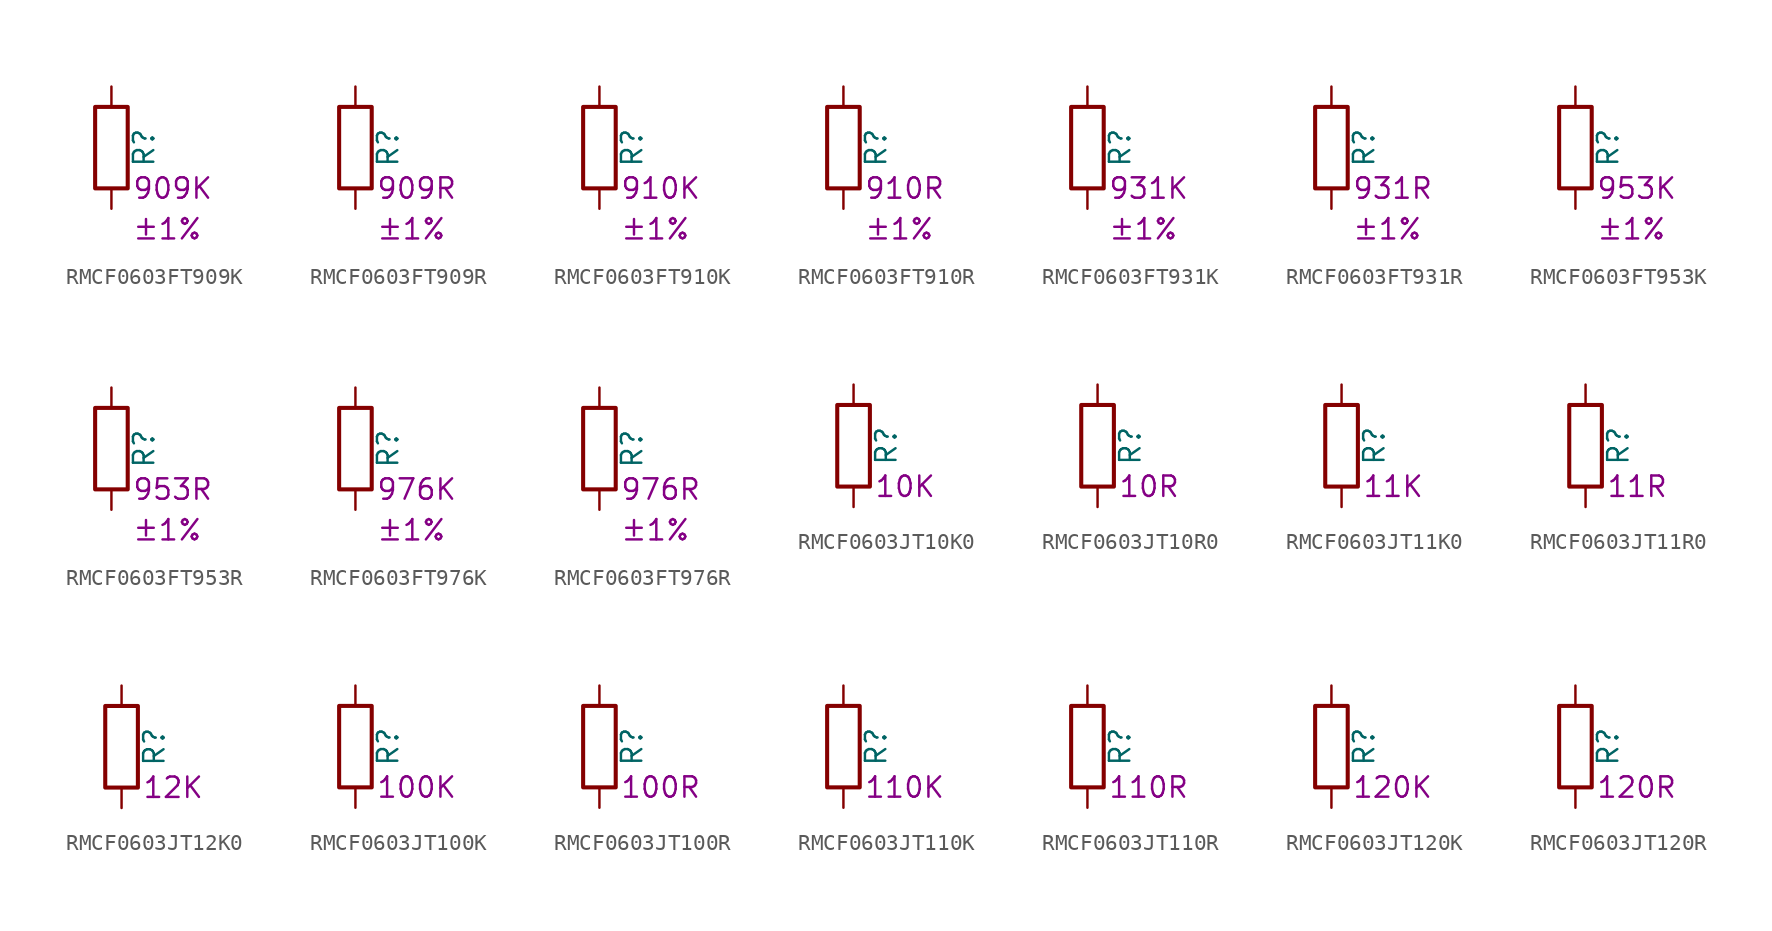
<source format=kicad_sym>
(kicad_symbol_lib
  (version 20220914)
  (generator kicad_symbol_editor)
  (symbol "RMCF0603FT909K"
    (pin_numbers hide)
    (pin_names
      (offset 0))
    (property "Reference" "R"
      (at 2.032 0 90)
      (effects (font (size 1.27 1.27))))
    (property "Resistance" "909K"
      (at 1.27 -2.54 0)
      (effects (font (size 1.27 1.27)) (justify left)))
    (property "Tolerance" "±1%"
      (at 1.27 -5.08 0)
      (effects (font (size 1.27 1.27)) (justify left)))
    (symbol "RMCF0603FT909K_0_1"
      (rectangle (start -1.016 -2.54) (end 1.016 2.54) (stroke (width 0.254) (type default)) (fill (type none))))
    (symbol "RMCF0603FT909K_1_1"
      (pin passive line (at 0 3.81 270) (length 1.27) (name "~" (effects (font (size 1.27 1.27)))) (number "1" (effects (font (size 1.27 1.27)))))
      (pin passive line (at 0 -3.81 90) (length 1.27) (name "~" (effects (font (size 1.27 1.27)))) (number "2" (effects (font (size 1.27 1.27)))))))
  (symbol "RMCF0603FT909R"
    (pin_numbers hide)
    (pin_names
      (offset 0))
    (property "Reference" "R"
      (at 2.032 0 90)
      (effects (font (size 1.27 1.27))))
    (property "Resistance" "909R"
      (at 1.27 -2.54 0)
      (effects (font (size 1.27 1.27)) (justify left)))
    (property "Tolerance" "±1%"
      (at 1.27 -5.08 0)
      (effects (font (size 1.27 1.27)) (justify left)))
    (symbol "RMCF0603FT909R_0_1"
      (rectangle (start -1.016 -2.54) (end 1.016 2.54) (stroke (width 0.254) (type default)) (fill (type none))))
    (symbol "RMCF0603FT909R_1_1"
      (pin passive line (at 0 3.81 270) (length 1.27) (name "~" (effects (font (size 1.27 1.27)))) (number "1" (effects (font (size 1.27 1.27)))))
      (pin passive line (at 0 -3.81 90) (length 1.27) (name "~" (effects (font (size 1.27 1.27)))) (number "2" (effects (font (size 1.27 1.27)))))))
  (symbol "RMCF0603FT910K"
    (pin_numbers hide)
    (pin_names
      (offset 0))
    (property "Reference" "R"
      (at 2.032 0 90)
      (effects (font (size 1.27 1.27))))
    (property "Resistance" "910K"
      (at 1.27 -2.54 0)
      (effects (font (size 1.27 1.27)) (justify left)))
    (property "Tolerance" "±1%"
      (at 1.27 -5.08 0)
      (effects (font (size 1.27 1.27)) (justify left)))
    (symbol "RMCF0603FT910K_0_1"
      (rectangle (start -1.016 -2.54) (end 1.016 2.54) (stroke (width 0.254) (type default)) (fill (type none))))
    (symbol "RMCF0603FT910K_1_1"
      (pin passive line (at 0 3.81 270) (length 1.27) (name "~" (effects (font (size 1.27 1.27)))) (number "1" (effects (font (size 1.27 1.27)))))
      (pin passive line (at 0 -3.81 90) (length 1.27) (name "~" (effects (font (size 1.27 1.27)))) (number "2" (effects (font (size 1.27 1.27)))))))
  (symbol "RMCF0603FT910R"
    (pin_numbers hide)
    (pin_names
      (offset 0))
    (property "Reference" "R"
      (at 2.032 0 90)
      (effects (font (size 1.27 1.27))))
    (property "Resistance" "910R"
      (at 1.27 -2.54 0)
      (effects (font (size 1.27 1.27)) (justify left)))
    (property "Tolerance" "±1%"
      (at 1.27 -5.08 0)
      (effects (font (size 1.27 1.27)) (justify left)))
    (symbol "RMCF0603FT910R_0_1"
      (rectangle (start -1.016 -2.54) (end 1.016 2.54) (stroke (width 0.254) (type default)) (fill (type none))))
    (symbol "RMCF0603FT910R_1_1"
      (pin passive line (at 0 3.81 270) (length 1.27) (name "~" (effects (font (size 1.27 1.27)))) (number "1" (effects (font (size 1.27 1.27)))))
      (pin passive line (at 0 -3.81 90) (length 1.27) (name "~" (effects (font (size 1.27 1.27)))) (number "2" (effects (font (size 1.27 1.27)))))))
  (symbol "RMCF0603FT931K"
    (pin_numbers hide)
    (pin_names
      (offset 0))
    (property "Reference" "R"
      (at 2.032 0 90)
      (effects (font (size 1.27 1.27))))
    (property "Resistance" "931K"
      (at 1.27 -2.54 0)
      (effects (font (size 1.27 1.27)) (justify left)))
    (property "Tolerance" "±1%"
      (at 1.27 -5.08 0)
      (effects (font (size 1.27 1.27)) (justify left)))
    (symbol "RMCF0603FT931K_0_1"
      (rectangle (start -1.016 -2.54) (end 1.016 2.54) (stroke (width 0.254) (type default)) (fill (type none))))
    (symbol "RMCF0603FT931K_1_1"
      (pin passive line (at 0 3.81 270) (length 1.27) (name "~" (effects (font (size 1.27 1.27)))) (number "1" (effects (font (size 1.27 1.27)))))
      (pin passive line (at 0 -3.81 90) (length 1.27) (name "~" (effects (font (size 1.27 1.27)))) (number "2" (effects (font (size 1.27 1.27)))))))
  (symbol "RMCF0603FT931R"
    (pin_numbers hide)
    (pin_names
      (offset 0))
    (property "Reference" "R"
      (at 2.032 0 90)
      (effects (font (size 1.27 1.27))))
    (property "Resistance" "931R"
      (at 1.27 -2.54 0)
      (effects (font (size 1.27 1.27)) (justify left)))
    (property "Tolerance" "±1%"
      (at 1.27 -5.08 0)
      (effects (font (size 1.27 1.27)) (justify left)))
    (symbol "RMCF0603FT931R_0_1"
      (rectangle (start -1.016 -2.54) (end 1.016 2.54) (stroke (width 0.254) (type default)) (fill (type none))))
    (symbol "RMCF0603FT931R_1_1"
      (pin passive line (at 0 3.81 270) (length 1.27) (name "~" (effects (font (size 1.27 1.27)))) (number "1" (effects (font (size 1.27 1.27)))))
      (pin passive line (at 0 -3.81 90) (length 1.27) (name "~" (effects (font (size 1.27 1.27)))) (number "2" (effects (font (size 1.27 1.27)))))))
  (symbol "RMCF0603FT953K"
    (pin_numbers hide)
    (pin_names
      (offset 0))
    (property "Reference" "R"
      (at 2.032 0 90)
      (effects (font (size 1.27 1.27))))
    (property "Resistance" "953K"
      (at 1.27 -2.54 0)
      (effects (font (size 1.27 1.27)) (justify left)))
    (property "Tolerance" "±1%"
      (at 1.27 -5.08 0)
      (effects (font (size 1.27 1.27)) (justify left)))
    (symbol "RMCF0603FT953K_0_1"
      (rectangle (start -1.016 -2.54) (end 1.016 2.54) (stroke (width 0.254) (type default)) (fill (type none))))
    (symbol "RMCF0603FT953K_1_1"
      (pin passive line (at 0 3.81 270) (length 1.27) (name "~" (effects (font (size 1.27 1.27)))) (number "1" (effects (font (size 1.27 1.27)))))
      (pin passive line (at 0 -3.81 90) (length 1.27) (name "~" (effects (font (size 1.27 1.27)))) (number "2" (effects (font (size 1.27 1.27)))))))
  (symbol "RMCF0603FT953R"
    (pin_numbers hide)
    (pin_names
      (offset 0))
    (property "Reference" "R"
      (at 2.032 0 90)
      (effects (font (size 1.27 1.27))))
    (property "Resistance" "953R"
      (at 1.27 -2.54 0)
      (effects (font (size 1.27 1.27)) (justify left)))
    (property "Tolerance" "±1%"
      (at 1.27 -5.08 0)
      (effects (font (size 1.27 1.27)) (justify left)))
    (symbol "RMCF0603FT953R_0_1"
      (rectangle (start -1.016 -2.54) (end 1.016 2.54) (stroke (width 0.254) (type default)) (fill (type none))))
    (symbol "RMCF0603FT953R_1_1"
      (pin passive line (at 0 3.81 270) (length 1.27) (name "~" (effects (font (size 1.27 1.27)))) (number "1" (effects (font (size 1.27 1.27)))))
      (pin passive line (at 0 -3.81 90) (length 1.27) (name "~" (effects (font (size 1.27 1.27)))) (number "2" (effects (font (size 1.27 1.27)))))))
  (symbol "RMCF0603FT976K"
    (pin_numbers hide)
    (pin_names
      (offset 0))
    (property "Reference" "R"
      (at 2.032 0 90)
      (effects (font (size 1.27 1.27))))
    (property "Resistance" "976K"
      (at 1.27 -2.54 0)
      (effects (font (size 1.27 1.27)) (justify left)))
    (property "Tolerance" "±1%"
      (at 1.27 -5.08 0)
      (effects (font (size 1.27 1.27)) (justify left)))
    (symbol "RMCF0603FT976K_0_1"
      (rectangle (start -1.016 -2.54) (end 1.016 2.54) (stroke (width 0.254) (type default)) (fill (type none))))
    (symbol "RMCF0603FT976K_1_1"
      (pin passive line (at 0 3.81 270) (length 1.27) (name "~" (effects (font (size 1.27 1.27)))) (number "1" (effects (font (size 1.27 1.27)))))
      (pin passive line (at 0 -3.81 90) (length 1.27) (name "~" (effects (font (size 1.27 1.27)))) (number "2" (effects (font (size 1.27 1.27)))))))
  (symbol "RMCF0603FT976R"
    (pin_numbers hide)
    (pin_names
      (offset 0))
    (property "Reference" "R"
      (at 2.032 0 90)
      (effects (font (size 1.27 1.27))))
    (property "Resistance" "976R"
      (at 1.27 -2.54 0)
      (effects (font (size 1.27 1.27)) (justify left)))
    (property "Tolerance" "±1%"
      (at 1.27 -5.08 0)
      (effects (font (size 1.27 1.27)) (justify left)))
    (symbol "RMCF0603FT976R_0_1"
      (rectangle (start -1.016 -2.54) (end 1.016 2.54) (stroke (width 0.254) (type default)) (fill (type none))))
    (symbol "RMCF0603FT976R_1_1"
      (pin passive line (at 0 3.81 270) (length 1.27) (name "~" (effects (font (size 1.27 1.27)))) (number "1" (effects (font (size 1.27 1.27)))))
      (pin passive line (at 0 -3.81 90) (length 1.27) (name "~" (effects (font (size 1.27 1.27)))) (number "2" (effects (font (size 1.27 1.27)))))))
  (symbol "RMCF0603JT10K0"
    (pin_numbers hide)
    (pin_names
      (offset 0))
    (property "Reference" "R"
      (at 2.032 0 90)
      (effects (font (size 1.27 1.27))))
    (property "Resistance" "10K"
      (at 1.27 -2.54 0)
      (effects (font (size 1.27 1.27)) (justify left)))
    (symbol "RMCF0603JT10K0_0_1"
      (rectangle (start -1.016 -2.54) (end 1.016 2.54) (stroke (width 0.254) (type default)) (fill (type none))))
    (symbol "RMCF0603JT10K0_1_1"
      (pin passive line (at 0 3.81 270) (length 1.27) (name "~" (effects (font (size 1.27 1.27)))) (number "1" (effects (font (size 1.27 1.27)))))
      (pin passive line (at 0 -3.81 90) (length 1.27) (name "~" (effects (font (size 1.27 1.27)))) (number "2" (effects (font (size 1.27 1.27)))))))
  (symbol "RMCF0603JT10R0"
    (pin_numbers hide)
    (pin_names
      (offset 0))
    (property "Reference" "R"
      (at 2.032 0 90)
      (effects (font (size 1.27 1.27))))
    (property "Resistance" "10R"
      (at 1.27 -2.54 0)
      (effects (font (size 1.27 1.27)) (justify left)))
    (symbol "RMCF0603JT10R0_0_1"
      (rectangle (start -1.016 -2.54) (end 1.016 2.54) (stroke (width 0.254) (type default)) (fill (type none))))
    (symbol "RMCF0603JT10R0_1_1"
      (pin passive line (at 0 3.81 270) (length 1.27) (name "~" (effects (font (size 1.27 1.27)))) (number "1" (effects (font (size 1.27 1.27)))))
      (pin passive line (at 0 -3.81 90) (length 1.27) (name "~" (effects (font (size 1.27 1.27)))) (number "2" (effects (font (size 1.27 1.27)))))))
  (symbol "RMCF0603JT11K0"
    (pin_numbers hide)
    (pin_names
      (offset 0))
    (property "Reference" "R"
      (at 2.032 0 90)
      (effects (font (size 1.27 1.27))))
    (property "Resistance" "11K"
      (at 1.27 -2.54 0)
      (effects (font (size 1.27 1.27)) (justify left)))
    (symbol "RMCF0603JT11K0_0_1"
      (rectangle (start -1.016 -2.54) (end 1.016 2.54) (stroke (width 0.254) (type default)) (fill (type none))))
    (symbol "RMCF0603JT11K0_1_1"
      (pin passive line (at 0 3.81 270) (length 1.27) (name "~" (effects (font (size 1.27 1.27)))) (number "1" (effects (font (size 1.27 1.27)))))
      (pin passive line (at 0 -3.81 90) (length 1.27) (name "~" (effects (font (size 1.27 1.27)))) (number "2" (effects (font (size 1.27 1.27)))))))
  (symbol "RMCF0603JT11R0"
    (pin_numbers hide)
    (pin_names
      (offset 0))
    (property "Reference" "R"
      (at 2.032 0 90)
      (effects (font (size 1.27 1.27))))
    (property "Resistance" "11R"
      (at 1.27 -2.54 0)
      (effects (font (size 1.27 1.27)) (justify left)))
    (symbol "RMCF0603JT11R0_0_1"
      (rectangle (start -1.016 -2.54) (end 1.016 2.54) (stroke (width 0.254) (type default)) (fill (type none))))
    (symbol "RMCF0603JT11R0_1_1"
      (pin passive line (at 0 3.81 270) (length 1.27) (name "~" (effects (font (size 1.27 1.27)))) (number "1" (effects (font (size 1.27 1.27)))))
      (pin passive line (at 0 -3.81 90) (length 1.27) (name "~" (effects (font (size 1.27 1.27)))) (number "2" (effects (font (size 1.27 1.27)))))))
  (symbol "RMCF0603JT12K0"
    (pin_numbers hide)
    (pin_names
      (offset 0))
    (property "Reference" "R"
      (at 2.032 0 90)
      (effects (font (size 1.27 1.27))))
    (property "Resistance" "12K"
      (at 1.27 -2.54 0)
      (effects (font (size 1.27 1.27)) (justify left)))
    (symbol "RMCF0603JT12K0_0_1"
      (rectangle (start -1.016 -2.54) (end 1.016 2.54) (stroke (width 0.254) (type default)) (fill (type none))))
    (symbol "RMCF0603JT12K0_1_1"
      (pin passive line (at 0 3.81 270) (length 1.27) (name "~" (effects (font (size 1.27 1.27)))) (number "1" (effects (font (size 1.27 1.27)))))
      (pin passive line (at 0 -3.81 90) (length 1.27) (name "~" (effects (font (size 1.27 1.27)))) (number "2" (effects (font (size 1.27 1.27)))))))
  (symbol "RMCF0603JT100K"
    (pin_numbers hide)
    (pin_names
      (offset 0))
    (property "Reference" "R"
      (at 2.032 0 90)
      (effects (font (size 1.27 1.27))))
    (property "Resistance" "100K"
      (at 1.27 -2.54 0)
      (effects (font (size 1.27 1.27)) (justify left)))
    (symbol "RMCF0603JT100K_0_1"
      (rectangle (start -1.016 -2.54) (end 1.016 2.54) (stroke (width 0.254) (type default)) (fill (type none))))
    (symbol "RMCF0603JT100K_1_1"
      (pin passive line (at 0 3.81 270) (length 1.27) (name "~" (effects (font (size 1.27 1.27)))) (number "1" (effects (font (size 1.27 1.27)))))
      (pin passive line (at 0 -3.81 90) (length 1.27) (name "~" (effects (font (size 1.27 1.27)))) (number "2" (effects (font (size 1.27 1.27)))))))
  (symbol "RMCF0603JT100R"
    (pin_numbers hide)
    (pin_names
      (offset 0))
    (property "Reference" "R"
      (at 2.032 0 90)
      (effects (font (size 1.27 1.27))))
    (property "Resistance" "100R"
      (at 1.27 -2.54 0)
      (effects (font (size 1.27 1.27)) (justify left)))
    (symbol "RMCF0603JT100R_0_1"
      (rectangle (start -1.016 -2.54) (end 1.016 2.54) (stroke (width 0.254) (type default)) (fill (type none))))
    (symbol "RMCF0603JT100R_1_1"
      (pin passive line (at 0 3.81 270) (length 1.27) (name "~" (effects (font (size 1.27 1.27)))) (number "1" (effects (font (size 1.27 1.27)))))
      (pin passive line (at 0 -3.81 90) (length 1.27) (name "~" (effects (font (size 1.27 1.27)))) (number "2" (effects (font (size 1.27 1.27)))))))
  (symbol "RMCF0603JT110K"
    (pin_numbers hide)
    (pin_names
      (offset 0))
    (property "Reference" "R"
      (at 2.032 0 90)
      (effects (font (size 1.27 1.27))))
    (property "Resistance" "110K"
      (at 1.27 -2.54 0)
      (effects (font (size 1.27 1.27)) (justify left)))
    (symbol "RMCF0603JT110K_0_1"
      (rectangle (start -1.016 -2.54) (end 1.016 2.54) (stroke (width 0.254) (type default)) (fill (type none))))
    (symbol "RMCF0603JT110K_1_1"
      (pin passive line (at 0 3.81 270) (length 1.27) (name "~" (effects (font (size 1.27 1.27)))) (number "1" (effects (font (size 1.27 1.27)))))
      (pin passive line (at 0 -3.81 90) (length 1.27) (name "~" (effects (font (size 1.27 1.27)))) (number "2" (effects (font (size 1.27 1.27)))))))
  (symbol "RMCF0603JT110R"
    (pin_numbers hide)
    (pin_names
      (offset 0))
    (property "Reference" "R"
      (at 2.032 0 90)
      (effects (font (size 1.27 1.27))))
    (property "Resistance" "110R"
      (at 1.27 -2.54 0)
      (effects (font (size 1.27 1.27)) (justify left)))
    (symbol "RMCF0603JT110R_0_1"
      (rectangle (start -1.016 -2.54) (end 1.016 2.54) (stroke (width 0.254) (type default)) (fill (type none))))
    (symbol "RMCF0603JT110R_1_1"
      (pin passive line (at 0 3.81 270) (length 1.27) (name "~" (effects (font (size 1.27 1.27)))) (number "1" (effects (font (size 1.27 1.27)))))
      (pin passive line (at 0 -3.81 90) (length 1.27) (name "~" (effects (font (size 1.27 1.27)))) (number "2" (effects (font (size 1.27 1.27)))))))
  (symbol "RMCF0603JT120K"
    (pin_numbers hide)
    (pin_names
      (offset 0))
    (property "Reference" "R"
      (at 2.032 0 90)
      (effects (font (size 1.27 1.27))))
    (property "Resistance" "120K"
      (at 1.27 -2.54 0)
      (effects (font (size 1.27 1.27)) (justify left)))
    (symbol "RMCF0603JT120K_0_1"
      (rectangle (start -1.016 -2.54) (end 1.016 2.54) (stroke (width 0.254) (type default)) (fill (type none))))
    (symbol "RMCF0603JT120K_1_1"
      (pin passive line (at 0 3.81 270) (length 1.27) (name "~" (effects (font (size 1.27 1.27)))) (number "1" (effects (font (size 1.27 1.27)))))
      (pin passive line (at 0 -3.81 90) (length 1.27) (name "~" (effects (font (size 1.27 1.27)))) (number "2" (effects (font (size 1.27 1.27)))))))
  (symbol "RMCF0603JT120R"
    (pin_numbers hide)
    (pin_names
      (offset 0))
    (property "Reference" "R"
      (at 2.032 0 90)
      (effects (font (size 1.27 1.27))))
    (property "Resistance" "120R"
      (at 1.27 -2.54 0)
      (effects (font (size 1.27 1.27)) (justify left)))
    (symbol "RMCF0603JT120R_0_1"
      (rectangle (start -1.016 -2.54) (end 1.016 2.54) (stroke (width 0.254) (type default)) (fill (type none))))
    (symbol "RMCF0603JT120R_1_1"
      (pin passive line (at 0 3.81 270) (length 1.27) (name "~" (effects (font (size 1.27 1.27)))) (number "1" (effects (font (size 1.27 1.27)))))
      (pin passive line (at 0 -3.81 90) (length 1.27) (name "~" (effects (font (size 1.27 1.27)))) (number "2" (effects (font (size 1.27 1.27))))))))
</source>
